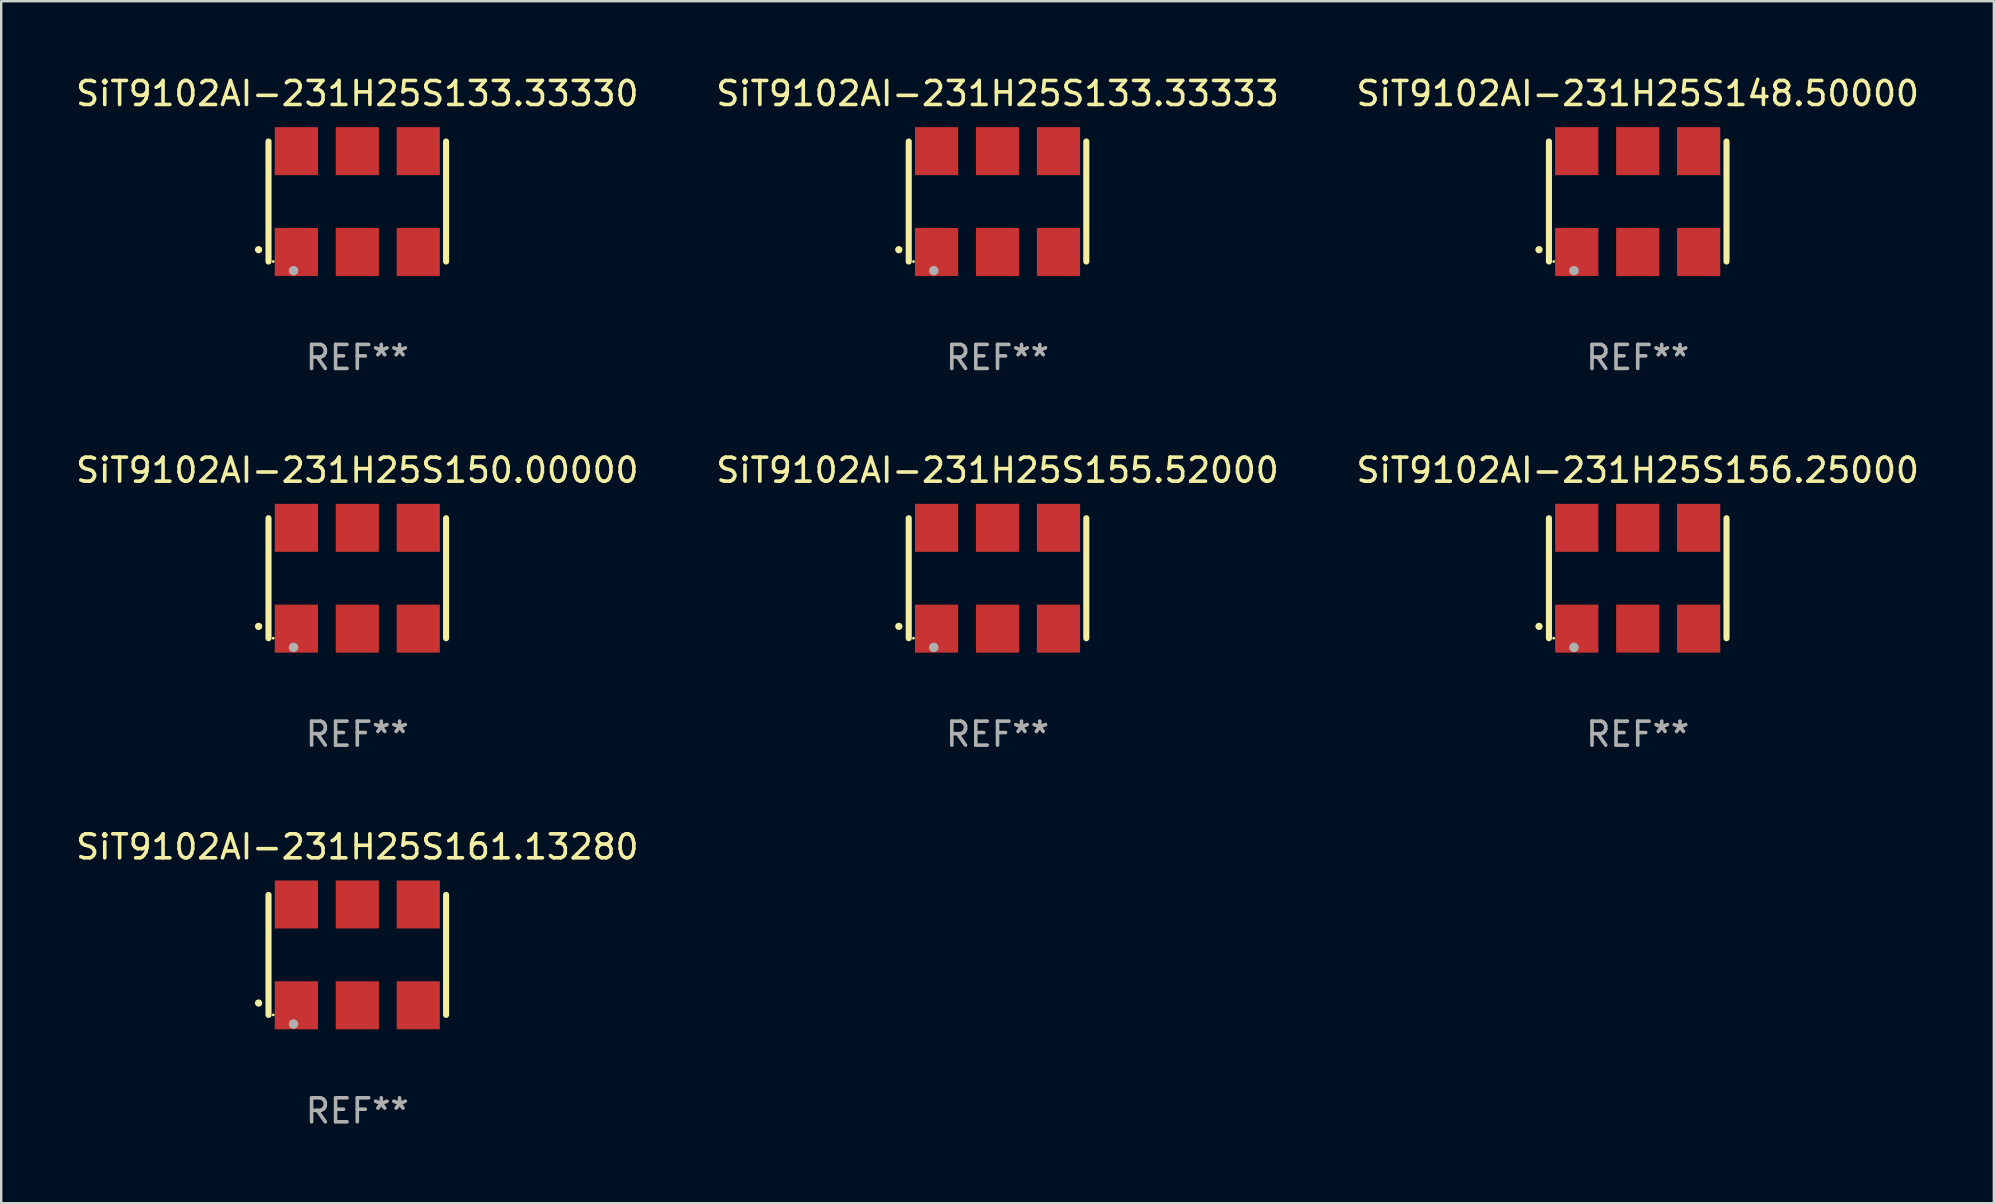
<source format=kicad_pcb>
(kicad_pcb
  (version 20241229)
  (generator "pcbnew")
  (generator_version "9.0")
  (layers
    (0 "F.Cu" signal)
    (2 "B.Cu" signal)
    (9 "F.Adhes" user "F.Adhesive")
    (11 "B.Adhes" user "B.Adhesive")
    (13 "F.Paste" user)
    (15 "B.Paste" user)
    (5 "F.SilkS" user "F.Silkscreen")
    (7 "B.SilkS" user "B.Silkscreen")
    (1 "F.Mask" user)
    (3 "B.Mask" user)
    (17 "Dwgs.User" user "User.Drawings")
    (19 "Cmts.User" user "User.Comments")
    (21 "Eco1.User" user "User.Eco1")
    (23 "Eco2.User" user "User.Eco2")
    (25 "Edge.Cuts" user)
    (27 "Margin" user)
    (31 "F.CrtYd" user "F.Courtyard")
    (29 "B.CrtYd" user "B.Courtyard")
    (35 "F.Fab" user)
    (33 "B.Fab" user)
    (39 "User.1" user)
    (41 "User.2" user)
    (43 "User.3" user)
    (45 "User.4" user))
  (footprint "SiT9102AI-231H25S156.25000"
    (layer "F.Cu")
    (at 65.196 21.045)
    (property "Reference" "SiT9102AI-231H25S156.25000" (at 0 -4.5 0) (layer "F.SilkS") (effects (font (size 1 1) (thickness 0.15))))
    (attr through_hole)
    (fp_line (start -3.7 -2.5) (end -3.7 2.5) (stroke (width 0.254) (type solid)) (layer "F.SilkS"))
    (fp_line (start 3.7 -2.5) (end 3.7 2.5) (stroke (width 0.254) (type solid)) (layer "F.SilkS"))
    (fp_arc (start -4.114415 2.006604) (mid -4.113145 2.006599) (end -4.111875 2.006604) (stroke (width 0.3) (type solid)) (layer "F.SilkS"))
    (fp_circle (center -3.502 2.5) (end -3.472 2.5) (stroke (width 0.06) (type solid)) (fill no) (layer "F.SilkS"))
    (fp_circle (center -2.657 2.882) (end -2.557 2.882) (stroke (width 0.2) (type solid)) (fill no) (layer "F.Fab"))
    (fp_text user "REF**" (at 0 6.5 0) (layer "F.Fab") (effects (font (size 1 1) (thickness 0.15))))
    (pad "1" smd rect (at -2.54 2.1) (size 1.8 2) (layers "F.Cu" "F.Mask" "F.Paste"))
    (pad "2" smd rect (at 0.000394 2.1) (size 1.8 2) (layers "F.Cu" "F.Mask" "F.Paste"))
    (pad "3" smd rect (at 2.54 2.1) (size 1.8 2) (layers "F.Cu" "F.Mask" "F.Paste"))
    (pad "4" smd rect (at 2.54 -2.1) (size 1.8 2) (layers "F.Cu" "F.Mask" "F.Paste"))
    (pad "5" smd rect (at 0.000394 -2.1) (size 1.8 2) (layers "F.Cu" "F.Mask" "F.Paste"))
    (pad "6" smd rect (at -2.54 -2.1) (size 1.8 2) (layers "F.Cu" "F.Mask" "F.Paste")))
  (footprint "SiT9102AI-231H25S155.52000"
    (layer "F.Cu")
    (at 38.518 21.045)
    (property "Reference" "SiT9102AI-231H25S155.52000" (at 0 -4.5 0) (layer "F.SilkS") (effects (font (size 1 1) (thickness 0.15))))
    (attr through_hole)
    (fp_line (start -3.7 -2.5) (end -3.7 2.5) (stroke (width 0.254) (type solid)) (layer "F.SilkS"))
    (fp_line (start 3.7 -2.5) (end 3.7 2.5) (stroke (width 0.254) (type solid)) (layer "F.SilkS"))
    (fp_arc (start -4.114415 2.006604) (mid -4.113145 2.006599) (end -4.111875 2.006604) (stroke (width 0.3) (type solid)) (layer "F.SilkS"))
    (fp_circle (center -3.502 2.5) (end -3.472 2.5) (stroke (width 0.06) (type solid)) (fill no) (layer "F.SilkS"))
    (fp_circle (center -2.657 2.882) (end -2.557 2.882) (stroke (width 0.2) (type solid)) (fill no) (layer "F.Fab"))
    (fp_text user "REF**" (at 0 6.5 0) (layer "F.Fab") (effects (font (size 1 1) (thickness 0.15))))
    (pad "1" smd rect (at -2.54 2.1) (size 1.8 2) (layers "F.Cu" "F.Mask" "F.Paste"))
    (pad "2" smd rect (at 0.000394 2.1) (size 1.8 2) (layers "F.Cu" "F.Mask" "F.Paste"))
    (pad "3" smd rect (at 2.54 2.1) (size 1.8 2) (layers "F.Cu" "F.Mask" "F.Paste"))
    (pad "4" smd rect (at 2.54 -2.1) (size 1.8 2) (layers "F.Cu" "F.Mask" "F.Paste"))
    (pad "5" smd rect (at 0.000394 -2.1) (size 1.8 2) (layers "F.Cu" "F.Mask" "F.Paste"))
    (pad "6" smd rect (at -2.54 -2.1) (size 1.8 2) (layers "F.Cu" "F.Mask" "F.Paste")))
  (footprint "SiT9102AI-231H25S133.33333"
    (layer "F.Cu")
    (at 38.518 5.348)
    (property "Reference" "SiT9102AI-231H25S133.33333" (at 0 -4.5 0) (layer "F.SilkS") (effects (font (size 1 1) (thickness 0.15))))
    (attr through_hole)
    (fp_line (start -3.7 -2.5) (end -3.7 2.5) (stroke (width 0.254) (type solid)) (layer "F.SilkS"))
    (fp_line (start 3.7 -2.5) (end 3.7 2.5) (stroke (width 0.254) (type solid)) (layer "F.SilkS"))
    (fp_arc (start -4.114415 2.006604) (mid -4.113145 2.006599) (end -4.111875 2.006604) (stroke (width 0.3) (type solid)) (layer "F.SilkS"))
    (fp_circle (center -3.502 2.5) (end -3.472 2.5) (stroke (width 0.06) (type solid)) (fill no) (layer "F.SilkS"))
    (fp_circle (center -2.657 2.882) (end -2.557 2.882) (stroke (width 0.2) (type solid)) (fill no) (layer "F.Fab"))
    (fp_text user "REF**" (at 0 6.5 0) (layer "F.Fab") (effects (font (size 1 1) (thickness 0.15))))
    (pad "1" smd rect (at -2.54 2.1) (size 1.8 2) (layers "F.Cu" "F.Mask" "F.Paste"))
    (pad "2" smd rect (at 0.000394 2.1) (size 1.8 2) (layers "F.Cu" "F.Mask" "F.Paste"))
    (pad "3" smd rect (at 2.54 2.1) (size 1.8 2) (layers "F.Cu" "F.Mask" "F.Paste"))
    (pad "4" smd rect (at 2.54 -2.1) (size 1.8 2) (layers "F.Cu" "F.Mask" "F.Paste"))
    (pad "5" smd rect (at 0.000394 -2.1) (size 1.8 2) (layers "F.Cu" "F.Mask" "F.Paste"))
    (pad "6" smd rect (at -2.54 -2.1) (size 1.8 2) (layers "F.Cu" "F.Mask" "F.Paste")))
  (footprint "SiT9102AI-231H25S133.33330"
    (layer "F.Cu")
    (at 11.839 5.348)
    (property "Reference" "SiT9102AI-231H25S133.33330" (at 0 -4.5 0) (layer "F.SilkS") (effects (font (size 1 1) (thickness 0.15))))
    (attr through_hole)
    (fp_line (start -3.7 -2.5) (end -3.7 2.5) (stroke (width 0.254) (type solid)) (layer "F.SilkS"))
    (fp_line (start 3.7 -2.5) (end 3.7 2.5) (stroke (width 0.254) (type solid)) (layer "F.SilkS"))
    (fp_arc (start -4.114415 2.006604) (mid -4.113145 2.006599) (end -4.111875 2.006604) (stroke (width 0.3) (type solid)) (layer "F.SilkS"))
    (fp_circle (center -3.502 2.5) (end -3.472 2.5) (stroke (width 0.06) (type solid)) (fill no) (layer "F.SilkS"))
    (fp_circle (center -2.657 2.882) (end -2.557 2.882) (stroke (width 0.2) (type solid)) (fill no) (layer "F.Fab"))
    (fp_text user "REF**" (at 0 6.5 0) (layer "F.Fab") (effects (font (size 1 1) (thickness 0.15))))
    (pad "1" smd rect (at -2.54 2.1) (size 1.8 2) (layers "F.Cu" "F.Mask" "F.Paste"))
    (pad "2" smd rect (at 0.000394 2.1) (size 1.8 2) (layers "F.Cu" "F.Mask" "F.Paste"))
    (pad "3" smd rect (at 2.54 2.1) (size 1.8 2) (layers "F.Cu" "F.Mask" "F.Paste"))
    (pad "4" smd rect (at 2.54 -2.1) (size 1.8 2) (layers "F.Cu" "F.Mask" "F.Paste"))
    (pad "5" smd rect (at 0.000394 -2.1) (size 1.8 2) (layers "F.Cu" "F.Mask" "F.Paste"))
    (pad "6" smd rect (at -2.54 -2.1) (size 1.8 2) (layers "F.Cu" "F.Mask" "F.Paste")))
  (footprint "SiT9102AI-231H25S148.50000"
    (layer "F.Cu")
    (at 65.196 5.348)
    (property "Reference" "SiT9102AI-231H25S148.50000" (at 0 -4.5 0) (layer "F.SilkS") (effects (font (size 1 1) (thickness 0.15))))
    (attr through_hole)
    (fp_line (start -3.7 -2.5) (end -3.7 2.5) (stroke (width 0.254) (type solid)) (layer "F.SilkS"))
    (fp_line (start 3.7 -2.5) (end 3.7 2.5) (stroke (width 0.254) (type solid)) (layer "F.SilkS"))
    (fp_arc (start -4.114415 2.006604) (mid -4.113145 2.006599) (end -4.111875 2.006604) (stroke (width 0.3) (type solid)) (layer "F.SilkS"))
    (fp_circle (center -3.502 2.5) (end -3.472 2.5) (stroke (width 0.06) (type solid)) (fill no) (layer "F.SilkS"))
    (fp_circle (center -2.657 2.882) (end -2.557 2.882) (stroke (width 0.2) (type solid)) (fill no) (layer "F.Fab"))
    (fp_text user "REF**" (at 0 6.5 0) (layer "F.Fab") (effects (font (size 1 1) (thickness 0.15))))
    (pad "1" smd rect (at -2.54 2.1) (size 1.8 2) (layers "F.Cu" "F.Mask" "F.Paste"))
    (pad "2" smd rect (at 0.000394 2.1) (size 1.8 2) (layers "F.Cu" "F.Mask" "F.Paste"))
    (pad "3" smd rect (at 2.54 2.1) (size 1.8 2) (layers "F.Cu" "F.Mask" "F.Paste"))
    (pad "4" smd rect (at 2.54 -2.1) (size 1.8 2) (layers "F.Cu" "F.Mask" "F.Paste"))
    (pad "5" smd rect (at 0.000394 -2.1) (size 1.8 2) (layers "F.Cu" "F.Mask" "F.Paste"))
    (pad "6" smd rect (at -2.54 -2.1) (size 1.8 2) (layers "F.Cu" "F.Mask" "F.Paste")))
  (footprint "SiT9102AI-231H25S161.13280"
    (layer "F.Cu")
    (at 11.839 36.741)
    (property "Reference" "SiT9102AI-231H25S161.13280" (at 0 -4.5 0) (layer "F.SilkS") (effects (font (size 1 1) (thickness 0.15))))
    (attr through_hole)
    (fp_line (start -3.7 -2.5) (end -3.7 2.5) (stroke (width 0.254) (type solid)) (layer "F.SilkS"))
    (fp_line (start 3.7 -2.5) (end 3.7 2.5) (stroke (width 0.254) (type solid)) (layer "F.SilkS"))
    (fp_arc (start -4.114415 2.006604) (mid -4.113145 2.006599) (end -4.111875 2.006604) (stroke (width 0.3) (type solid)) (layer "F.SilkS"))
    (fp_circle (center -3.502 2.5) (end -3.472 2.5) (stroke (width 0.06) (type solid)) (fill no) (layer "F.SilkS"))
    (fp_circle (center -2.657 2.882) (end -2.557 2.882) (stroke (width 0.2) (type solid)) (fill no) (layer "F.Fab"))
    (fp_text user "REF**" (at 0 6.5 0) (layer "F.Fab") (effects (font (size 1 1) (thickness 0.15))))
    (pad "1" smd rect (at -2.54 2.1) (size 1.8 2) (layers "F.Cu" "F.Mask" "F.Paste"))
    (pad "2" smd rect (at 0.000394 2.1) (size 1.8 2) (layers "F.Cu" "F.Mask" "F.Paste"))
    (pad "3" smd rect (at 2.54 2.1) (size 1.8 2) (layers "F.Cu" "F.Mask" "F.Paste"))
    (pad "4" smd rect (at 2.54 -2.1) (size 1.8 2) (layers "F.Cu" "F.Mask" "F.Paste"))
    (pad "5" smd rect (at 0.000394 -2.1) (size 1.8 2) (layers "F.Cu" "F.Mask" "F.Paste"))
    (pad "6" smd rect (at -2.54 -2.1) (size 1.8 2) (layers "F.Cu" "F.Mask" "F.Paste")))
  (footprint "SiT9102AI-231H25S150.00000"
    (layer "F.Cu")
    (at 11.839 21.045)
    (property "Reference" "SiT9102AI-231H25S150.00000" (at 0 -4.5 0) (layer "F.SilkS") (effects (font (size 1 1) (thickness 0.15))))
    (attr through_hole)
    (fp_line (start -3.7 -2.5) (end -3.7 2.5) (stroke (width 0.254) (type solid)) (layer "F.SilkS"))
    (fp_line (start 3.7 -2.5) (end 3.7 2.5) (stroke (width 0.254) (type solid)) (layer "F.SilkS"))
    (fp_arc (start -4.114415 2.006604) (mid -4.113145 2.006599) (end -4.111875 2.006604) (stroke (width 0.3) (type solid)) (layer "F.SilkS"))
    (fp_circle (center -3.502 2.5) (end -3.472 2.5) (stroke (width 0.06) (type solid)) (fill no) (layer "F.SilkS"))
    (fp_circle (center -2.657 2.882) (end -2.557 2.882) (stroke (width 0.2) (type solid)) (fill no) (layer "F.Fab"))
    (fp_text user "REF**" (at 0 6.5 0) (layer "F.Fab") (effects (font (size 1 1) (thickness 0.15))))
    (pad "1" smd rect (at -2.54 2.1) (size 1.8 2) (layers "F.Cu" "F.Mask" "F.Paste"))
    (pad "2" smd rect (at 0.000394 2.1) (size 1.8 2) (layers "F.Cu" "F.Mask" "F.Paste"))
    (pad "3" smd rect (at 2.54 2.1) (size 1.8 2) (layers "F.Cu" "F.Mask" "F.Paste"))
    (pad "4" smd rect (at 2.54 -2.1) (size 1.8 2) (layers "F.Cu" "F.Mask" "F.Paste"))
    (pad "5" smd rect (at 0.000394 -2.1) (size 1.8 2) (layers "F.Cu" "F.Mask" "F.Paste"))
    (pad "6" smd rect (at -2.54 -2.1) (size 1.8 2) (layers "F.Cu" "F.Mask" "F.Paste")))
  (gr_rect
    (start -3 -3)
    (end 80.036 47.09)
    (stroke (width 0.1) (type default))
    (fill no)
    (layer "Edge.Cuts")))
</source>
